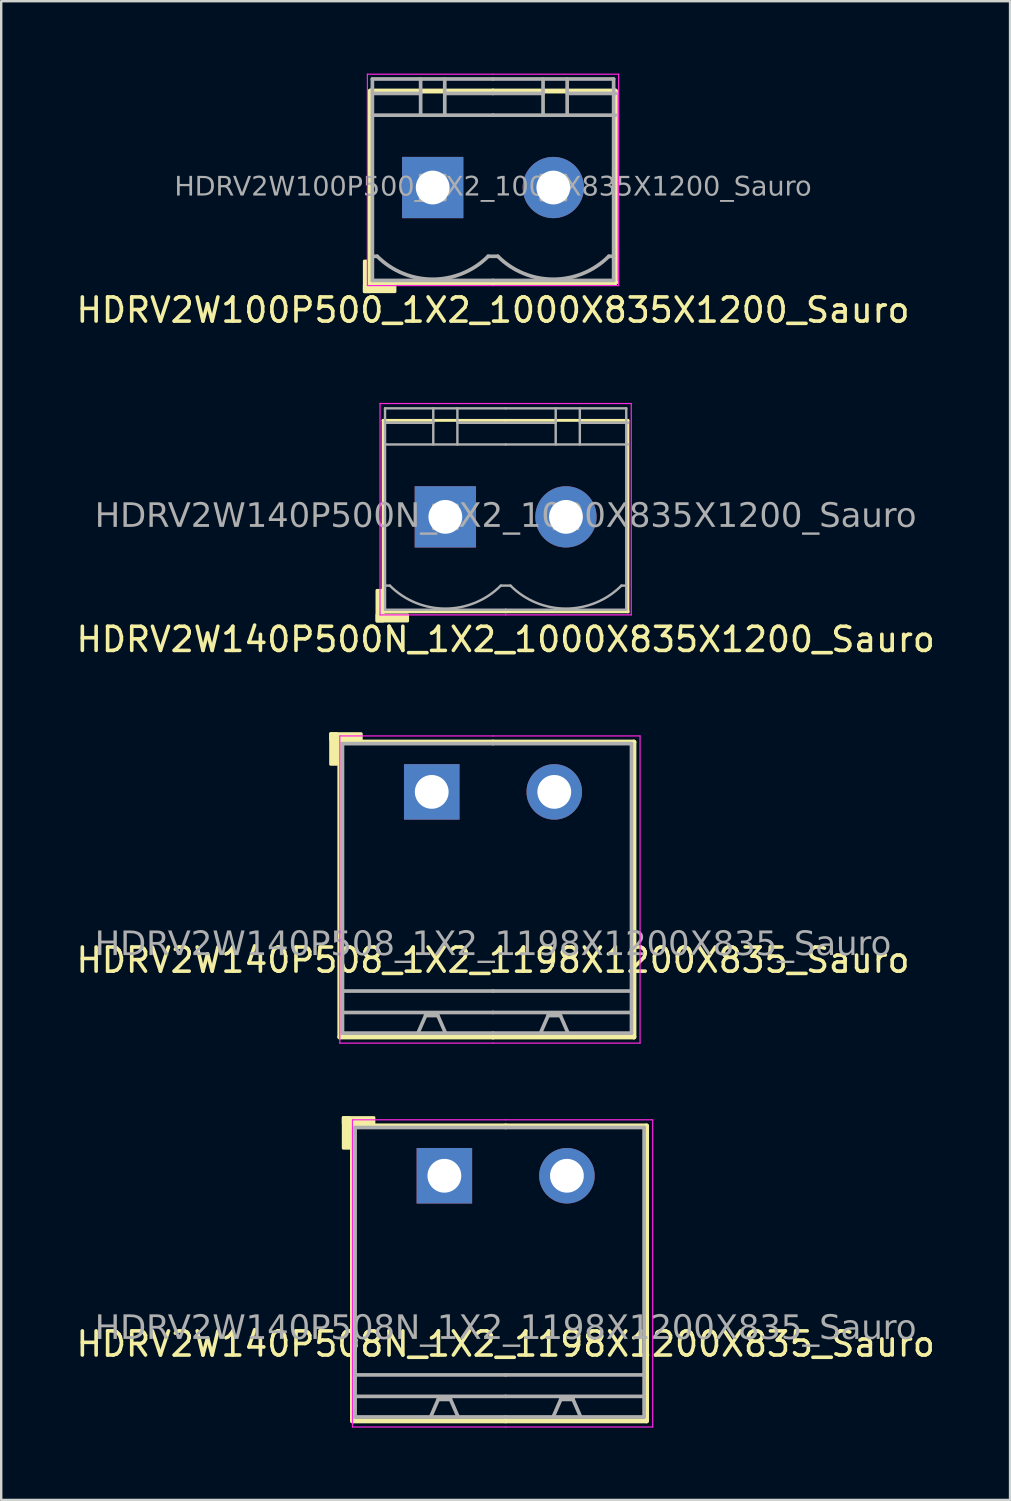
<source format=kicad_pcb>
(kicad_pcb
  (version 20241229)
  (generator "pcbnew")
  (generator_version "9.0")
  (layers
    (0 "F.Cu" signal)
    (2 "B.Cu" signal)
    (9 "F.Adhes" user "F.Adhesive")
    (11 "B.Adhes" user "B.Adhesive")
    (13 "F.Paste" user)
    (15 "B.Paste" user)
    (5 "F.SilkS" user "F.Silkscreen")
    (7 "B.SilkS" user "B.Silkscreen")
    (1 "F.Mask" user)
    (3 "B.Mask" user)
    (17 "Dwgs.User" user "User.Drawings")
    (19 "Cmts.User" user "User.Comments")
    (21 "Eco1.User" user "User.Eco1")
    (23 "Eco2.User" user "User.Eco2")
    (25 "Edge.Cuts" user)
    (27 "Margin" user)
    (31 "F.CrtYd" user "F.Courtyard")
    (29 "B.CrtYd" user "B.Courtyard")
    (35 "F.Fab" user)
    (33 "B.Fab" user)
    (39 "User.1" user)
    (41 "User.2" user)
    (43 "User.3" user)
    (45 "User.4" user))
  (footprint "HDRV2W140P500N_1X2_1000X835X1200_Sauro"
    (layer "F.Cu")
    (at 17.911 18.376)
    (property "Reference" "HDRV2W140P500N_1X2_1000X835X1200_Sauro" (at 0 5.08 0) (layer "F.SilkS") (effects (font (size 1 1) (thickness 0.15))))
    (attr through_hole)
    (fp_line (start -5.08 -4) (end -5.08 3.937) (stroke (width 0.12) (type solid)) (layer "F.SilkS"))
    (fp_line (start -5.08 3.937) (end 0 3.937) (stroke (width 0.12) (type solid)) (layer "F.SilkS"))
    (fp_line (start -0.005 -4) (end -5.08 -4) (stroke (width 0.12) (type solid)) (layer "F.SilkS"))
    (fp_line (start 0 3.937) (end 5.08 3.937) (stroke (width 0.12) (type solid)) (layer "F.SilkS"))
    (fp_line (start 5.07 -4) (end -0.005 -4) (stroke (width 0.12) (type solid)) (layer "F.SilkS"))
    (fp_line (start 5.07 -4) (end 5.07 3.937) (stroke (width 0.12) (type solid)) (layer "F.SilkS"))
    (fp_rect (start -5.08 3.048) (end -5.334 4.318) (stroke (width 0.12) (type solid)) (fill yes) (layer "F.SilkS"))
    (fp_rect (start -4.064 4.318) (end -5.334 4.064) (stroke (width 0.12) (type solid)) (fill yes) (layer "F.SilkS"))
    (fp_line (start -5.207 4.064) (end -5.207 -4.699) (stroke (width 0.05) (type solid)) (layer "F.CrtYd"))
    (fp_line (start -0.005 4.064) (end -5.207 4.064) (stroke (width 0.05) (type solid)) (layer "F.CrtYd"))
    (fp_line (start 0 -4.699) (end -5.207 -4.699) (stroke (width 0.05) (type solid)) (layer "F.CrtYd"))
    (fp_line (start 5.207 -4.699) (end 0 -4.699) (stroke (width 0.05) (type solid)) (layer "F.CrtYd"))
    (fp_line (start 5.207 -4.699) (end 5.207 4.064) (stroke (width 0.05) (type solid)) (layer "F.CrtYd"))
    (fp_line (start 5.207 4.064) (end -0.005 4.064) (stroke (width 0.05) (type solid)) (layer "F.CrtYd"))
    (fp_line (start -5 -4.5) (end -5 3.85) (stroke (width 0.1) (type solid)) (layer "F.Fab"))
    (fp_line (start -4.8 2.85) (end -5 2.85) (stroke (width 0.1) (type solid)) (layer "F.Fab"))
    (fp_line (start -3 -4.5) (end -3 -3) (stroke (width 0.1) (type default)) (layer "F.Fab"))
    (fp_line (start -3 -3.9) (end -5 -3.9) (stroke (width 0.1) (type solid)) (layer "F.Fab"))
    (fp_line (start -2 -4.5) (end -2 -3) (stroke (width 0.1) (type default)) (layer "F.Fab"))
    (fp_line (start -2 -3.9) (end 0 -3.9) (stroke (width 0.1) (type solid)) (layer "F.Fab"))
    (fp_line (start -0.2 2.85) (end 0.2 2.85) (stroke (width 0.1) (type solid)) (layer "F.Fab"))
    (fp_line (start 0 -4.5) (end -5 -4.5) (stroke (width 0.1) (type solid)) (layer "F.Fab"))
    (fp_line (start 0 -3) (end -5 -3) (stroke (width 0.1) (type solid)) (layer "F.Fab"))
    (fp_line (start 0 3.85) (end -5 3.85) (stroke (width 0.1) (type solid)) (layer "F.Fab"))
    (fp_line (start 0 3.85) (end 5 3.85) (stroke (width 0.1) (type solid)) (layer "F.Fab"))
    (fp_line (start 2.075 -4.5) (end 2.075 -3) (stroke (width 0.1) (type default)) (layer "F.Fab"))
    (fp_line (start 2.075 -3.9) (end 0 -3.9) (stroke (width 0.1) (type solid)) (layer "F.Fab"))
    (fp_line (start 3.075 -4.5) (end 3.075 -3) (stroke (width 0.1) (type default)) (layer "F.Fab"))
    (fp_line (start 3.075 -3.9) (end 5.075 -3.9) (stroke (width 0.1) (type solid)) (layer "F.Fab"))
    (fp_line (start 5 -4.5) (end 0 -4.5) (stroke (width 0.1) (type solid)) (layer "F.Fab"))
    (fp_line (start 5 -4.5) (end 5 3.85) (stroke (width 0.1) (type solid)) (layer "F.Fab"))
    (fp_line (start 5 2.85) (end 4.8 2.85) (stroke (width 0.1) (type solid)) (layer "F.Fab"))
    (fp_line (start 5.075 -3) (end 0 -3) (stroke (width 0.1) (type solid)) (layer "F.Fab"))
    (fp_rect (start -3 -0.5) (end -2 0.5) (stroke (width 0.1) (type solid)) (fill no) (layer "F.Fab"))
    (fp_rect (start 2 -0.5) (end 3 0.5) (stroke (width 0.1) (type solid)) (fill no) (layer "F.Fab"))
    (fp_arc (start -0.2 2.85) (mid -2.5 3.802691) (end -4.8 2.85) (stroke (width 0.1) (type default)) (layer "F.Fab"))
    (fp_arc (start 4.8 2.85) (mid 2.5 3.802691) (end 0.2 2.85) (stroke (width 0.1) (type default)) (layer "F.Fab"))
    (fp_text user "${REFERENCE}" (at 0 0 0) (layer "F.Fab") (effects (font (face "Tahoma") (size 1 1) (thickness 0.15))))
    (pad "1" thru_hole rect (at -2.5 0) (size 2.54 2.54) (drill 1.4) (layers "*.Cu" "*.Mask"))
    (pad "2" thru_hole circle (at 2.5 0) (size 2.54 2.54) (drill 1.4) (layers "*.Cu" "*.Mask")))
  (footprint "HDRV2W100P500_1X2_1000X835X1200_Sauro"
    (layer "F.Cu")
    (at 17.387 4.724)
    (property "Reference" "HDRV2W100P500_1X2_1000X835X1200_Sauro" (at 0 5.08 0) (layer "F.SilkS") (effects (font (size 1 1) (thickness 0.15))))
    (attr through_hole)
    (fp_line (start -5.08 -4) (end -5.08 3.937) (stroke (width 0.203) (type solid)) (layer "F.SilkS"))
    (fp_line (start -5.08 3.937) (end 0 3.937) (stroke (width 0.203) (type solid)) (layer "F.SilkS"))
    (fp_line (start -0.005 -4) (end -5.08 -4) (stroke (width 0.203) (type solid)) (layer "F.SilkS"))
    (fp_line (start 0 3.937) (end 5.08 3.937) (stroke (width 0.203) (type solid)) (layer "F.SilkS"))
    (fp_line (start 5.07 -4) (end -0.005 -4) (stroke (width 0.203) (type solid)) (layer "F.SilkS"))
    (fp_line (start 5.07 -4) (end 5.07 3.937) (stroke (width 0.203) (type solid)) (layer "F.SilkS"))
    (fp_rect (start -5.08 3.048) (end -5.334 4.318) (stroke (width 0.12) (type solid)) (fill yes) (layer "F.SilkS"))
    (fp_rect (start -4.064 4.318) (end -5.334 4.064) (stroke (width 0.12) (type solid)) (fill yes) (layer "F.SilkS"))
    (fp_line (start -5.207 4.064) (end -5.207 -4.699) (stroke (width 0.05) (type solid)) (layer "F.CrtYd"))
    (fp_line (start -0.005 4.064) (end -5.207 4.064) (stroke (width 0.05) (type solid)) (layer "F.CrtYd"))
    (fp_line (start 0 -4.699) (end -5.207 -4.699) (stroke (width 0.05) (type solid)) (layer "F.CrtYd"))
    (fp_line (start 5.207 -4.699) (end 0 -4.699) (stroke (width 0.05) (type solid)) (layer "F.CrtYd"))
    (fp_line (start 5.207 -4.699) (end 5.207 4.064) (stroke (width 0.05) (type solid)) (layer "F.CrtYd"))
    (fp_line (start 5.207 4.064) (end -0.005 4.064) (stroke (width 0.05) (type solid)) (layer "F.CrtYd"))
    (fp_line (start -5 -4.5) (end -5 3.85) (stroke (width 0.152) (type solid)) (layer "F.Fab"))
    (fp_line (start -4.8 2.85) (end -5 2.85) (stroke (width 0.152) (type solid)) (layer "F.Fab"))
    (fp_line (start -3 -4.5) (end -3 -3) (stroke (width 0.152) (type default)) (layer "F.Fab"))
    (fp_line (start -3 -3.9) (end -5 -3.9) (stroke (width 0.152) (type solid)) (layer "F.Fab"))
    (fp_line (start -2 -4.5) (end -2 -3) (stroke (width 0.152) (type default)) (layer "F.Fab"))
    (fp_line (start -2 -3.9) (end 0 -3.9) (stroke (width 0.152) (type solid)) (layer "F.Fab"))
    (fp_line (start -0.2 2.85) (end 0.2 2.85) (stroke (width 0.152) (type solid)) (layer "F.Fab"))
    (fp_line (start 0 -4.5) (end -5 -4.5) (stroke (width 0.152) (type solid)) (layer "F.Fab"))
    (fp_line (start 0 -3) (end -5 -3) (stroke (width 0.152) (type solid)) (layer "F.Fab"))
    (fp_line (start 0 3.85) (end -5 3.85) (stroke (width 0.152) (type solid)) (layer "F.Fab"))
    (fp_line (start 0 3.85) (end 5 3.85) (stroke (width 0.152) (type solid)) (layer "F.Fab"))
    (fp_line (start 2.075 -4.5) (end 2.075 -3) (stroke (width 0.152) (type default)) (layer "F.Fab"))
    (fp_line (start 2.075 -3.9) (end 0 -3.9) (stroke (width 0.152) (type solid)) (layer "F.Fab"))
    (fp_line (start 3.075 -4.5) (end 3.075 -3) (stroke (width 0.152) (type default)) (layer "F.Fab"))
    (fp_line (start 3.075 -3.9) (end 5.075 -3.9) (stroke (width 0.152) (type solid)) (layer "F.Fab"))
    (fp_line (start 5 -4.5) (end 0 -4.5) (stroke (width 0.152) (type solid)) (layer "F.Fab"))
    (fp_line (start 5 -4.5) (end 5 3.85) (stroke (width 0.152) (type solid)) (layer "F.Fab"))
    (fp_line (start 5 2.85) (end 4.8 2.85) (stroke (width 0.152) (type solid)) (layer "F.Fab"))
    (fp_line (start 5.075 -3) (end 0 -3) (stroke (width 0.152) (type solid)) (layer "F.Fab"))
    (fp_rect (start -3 -0.5) (end -2 0.5) (stroke (width 0.152) (type solid)) (fill no) (layer "F.Fab"))
    (fp_rect (start 2 -0.5) (end 3 0.5) (stroke (width 0.152) (type solid)) (fill no) (layer "F.Fab"))
    (fp_arc (start -0.2 2.85) (mid -2.5 3.802691) (end -4.8 2.85) (stroke (width 0.1524) (type default)) (layer "F.Fab"))
    (fp_arc (start 4.8 2.85) (mid 2.5 3.802691) (end 0.2 2.85) (stroke (width 0.1524) (type default)) (layer "F.Fab"))
    (fp_text user "${REFERENCE}" (at 0 0 0) (layer "F.Fab") (effects (font (face "Tahoma") (size 0.8 0.8) (thickness 0.15))))
    (pad "1" thru_hole rect (at -2.5 0) (size 2.54 2.54) (drill 1.4) (layers "*.Cu" "*.Mask"))
    (pad "2" thru_hole circle (at 2.5 0) (size 2.54 2.54) (drill 1.4) (layers "*.Cu" "*.Mask")))
  (footprint "HDRV2W140P508_1X2_1198X1200X835_Sauro"
    (layer "F.Cu")
    (at 17.387 29.777)
    (property "Reference" "HDRV2W140P508_1X2_1198X1200X835_Sauro" (at 0 6.975 0) (layer "F.SilkS") (effects (font (size 1 1) (thickness 0.15))))
    (attr through_hole)
    (fp_line (start -6.35 -2.065) (end -6.35 10.16) (stroke (width 0.203) (type solid)) (layer "F.SilkS"))
    (fp_line (start -6.35 10.16) (end 0 10.16) (stroke (width 0.203) (type solid)) (layer "F.SilkS"))
    (fp_line (start 0 -2.065) (end -6.35 -2.065) (stroke (width 0.203) (type solid)) (layer "F.SilkS"))
    (fp_line (start 0 -2.065) (end 5.842 -2.065) (stroke (width 0.203) (type solid)) (layer "F.SilkS"))
    (fp_line (start 5.842 -2.065) (end 5.842 10.16) (stroke (width 0.203) (type solid)) (layer "F.SilkS"))
    (fp_line (start 5.842 10.16) (end 0 10.16) (stroke (width 0.203) (type solid)) (layer "F.SilkS"))
    (fp_rect (start -6.731 -2.413) (end -6.477 -1.143) (stroke (width 0.12) (type solid)) (fill yes) (layer "F.SilkS"))
    (fp_rect (start -6.731 -2.413) (end -5.461 -2.159) (stroke (width 0.12) (type solid)) (fill yes) (layer "F.SilkS"))
    (fp_line (start -6.35 10.414) (end -6.35 -2.319) (stroke (width 0.05) (type solid)) (layer "F.CrtYd"))
    (fp_line (start 0 -2.319) (end -6.35 -2.319) (stroke (width 0.05) (type solid)) (layer "F.CrtYd"))
    (fp_line (start 0 -2.319) (end 6.096 -2.319) (stroke (width 0.05) (type solid)) (layer "F.CrtYd"))
    (fp_line (start 0 10.414) (end -6.35 10.414) (stroke (width 0.05) (type solid)) (layer "F.CrtYd"))
    (fp_line (start 0 10.414) (end 6.096 10.414) (stroke (width 0.05) (type solid)) (layer "F.CrtYd"))
    (fp_line (start 6.096 10.414) (end 6.096 -2.319) (stroke (width 0.05) (type solid)) (layer "F.CrtYd"))
    (fp_line (start -6.24 -2) (end -6.24 10) (stroke (width 0.152) (type solid)) (layer "F.Fab"))
    (fp_line (start -2.794 9.271) (end -3.111 10) (stroke (width 0.152) (type default)) (layer "F.Fab"))
    (fp_line (start -2.286 9.271) (end -2.794 9.271) (stroke (width 0.152) (type default)) (layer "F.Fab"))
    (fp_line (start -2.286 9.271) (end -1.968 10) (stroke (width 0.152) (type default)) (layer "F.Fab"))
    (fp_line (start 0 -2) (end -6.24 -2) (stroke (width 0.152) (type solid)) (layer "F.Fab"))
    (fp_line (start 0 -2) (end 5.74 -2) (stroke (width 0.152) (type solid)) (layer "F.Fab"))
    (fp_line (start 0 8.255) (end -6.24 8.255) (stroke (width 0.152) (type solid)) (layer "F.Fab"))
    (fp_line (start 0 8.255) (end 5.74 8.255) (stroke (width 0.152) (type solid)) (layer "F.Fab"))
    (fp_line (start 0 9.144) (end -6.24 9.144) (stroke (width 0.152) (type solid)) (layer "F.Fab"))
    (fp_line (start 0 9.144) (end 5.74 9.144) (stroke (width 0.152) (type solid)) (layer "F.Fab"))
    (fp_line (start 0 10) (end -6.24 10) (stroke (width 0.152) (type solid)) (layer "F.Fab"))
    (fp_line (start 0 10) (end 5.74 10) (stroke (width 0.152) (type solid)) (layer "F.Fab"))
    (fp_line (start 2.286 9.271) (end 1.968 10) (stroke (width 0.152) (type default)) (layer "F.Fab"))
    (fp_line (start 2.794 9.271) (end 2.286 9.271) (stroke (width 0.152) (type default)) (layer "F.Fab"))
    (fp_line (start 2.794 9.271) (end 3.111 10) (stroke (width 0.152) (type default)) (layer "F.Fab"))
    (fp_line (start 5.74 -2) (end 5.74 10) (stroke (width 0.152) (type solid)) (layer "F.Fab"))
    (fp_rect (start -2.794 -0.254) (end -2.286 0.254) (stroke (width 0.152) (type solid)) (fill no) (layer "F.Fab"))
    (fp_rect (start 2.794 -0.254) (end 2.286 0.254) (stroke (width 0.152) (type solid)) (fill no) (layer "F.Fab"))
    (fp_text user "${REFERENCE}" (at 0 6.35 0) (layer "F.Fab") (effects (font (face "Tahoma") (size 1 1) (thickness 0.15))))
    (pad "1" thru_hole rect (at -2.54 0) (size 2.3 2.3) (drill 1.4) (layers "*.Cu" "*.Mask"))
    (pad "2" thru_hole circle (at 2.54 0) (size 2.3 2.3) (drill 1.4) (layers "*.Cu" "*.Mask")))
  (footprint "HDRV2W140P508N_1X2_1198X1200X835_Sauro"
    (layer "F.Cu")
    (at 17.911 45.69)
    (property "Reference" "HDRV2W140P508N_1X2_1198X1200X835_Sauro" (at 0 6.975 0) (layer "F.SilkS") (effects (font (size 1 1) (thickness 0.15))))
    (attr through_hole)
    (fp_line (start -6.35 -2.065) (end -6.35 10.16) (stroke (width 0.203) (type solid)) (layer "F.SilkS"))
    (fp_line (start -6.35 10.16) (end 0 10.16) (stroke (width 0.203) (type solid)) (layer "F.SilkS"))
    (fp_line (start 0 -2.065) (end -6.35 -2.065) (stroke (width 0.203) (type solid)) (layer "F.SilkS"))
    (fp_line (start 0 -2.065) (end 5.842 -2.065) (stroke (width 0.203) (type solid)) (layer "F.SilkS"))
    (fp_line (start 5.842 -2.065) (end 5.842 10.16) (stroke (width 0.203) (type solid)) (layer "F.SilkS"))
    (fp_line (start 5.842 10.16) (end 0 10.16) (stroke (width 0.203) (type solid)) (layer "F.SilkS"))
    (fp_rect (start -6.731 -2.413) (end -6.477 -1.143) (stroke (width 0.12) (type solid)) (fill yes) (layer "F.SilkS"))
    (fp_rect (start -6.731 -2.413) (end -5.461 -2.159) (stroke (width 0.12) (type solid)) (fill yes) (layer "F.SilkS"))
    (fp_line (start -6.35 10.414) (end -6.35 -2.319) (stroke (width 0.05) (type solid)) (layer "F.CrtYd"))
    (fp_line (start 0 -2.319) (end -6.35 -2.319) (stroke (width 0.05) (type solid)) (layer "F.CrtYd"))
    (fp_line (start 0 -2.319) (end 6.096 -2.319) (stroke (width 0.05) (type solid)) (layer "F.CrtYd"))
    (fp_line (start 0 10.414) (end -6.35 10.414) (stroke (width 0.05) (type solid)) (layer "F.CrtYd"))
    (fp_line (start 0 10.414) (end 6.096 10.414) (stroke (width 0.05) (type solid)) (layer "F.CrtYd"))
    (fp_line (start 6.096 10.414) (end 6.096 -2.319) (stroke (width 0.05) (type solid)) (layer "F.CrtYd"))
    (fp_line (start -6.24 -2) (end -6.24 10) (stroke (width 0.152) (type solid)) (layer "F.Fab"))
    (fp_line (start -2.794 9.271) (end -3.111 10) (stroke (width 0.152) (type default)) (layer "F.Fab"))
    (fp_line (start -2.286 9.271) (end -2.794 9.271) (stroke (width 0.152) (type default)) (layer "F.Fab"))
    (fp_line (start -2.286 9.271) (end -1.968 10) (stroke (width 0.152) (type default)) (layer "F.Fab"))
    (fp_line (start 0 -2) (end -6.24 -2) (stroke (width 0.152) (type solid)) (layer "F.Fab"))
    (fp_line (start 0 -2) (end 5.74 -2) (stroke (width 0.152) (type solid)) (layer "F.Fab"))
    (fp_line (start 0 8.255) (end -6.24 8.255) (stroke (width 0.152) (type solid)) (layer "F.Fab"))
    (fp_line (start 0 8.255) (end 5.74 8.255) (stroke (width 0.152) (type solid)) (layer "F.Fab"))
    (fp_line (start 0 9.144) (end -6.24 9.144) (stroke (width 0.152) (type solid)) (layer "F.Fab"))
    (fp_line (start 0 9.144) (end 5.74 9.144) (stroke (width 0.152) (type solid)) (layer "F.Fab"))
    (fp_line (start 0 10) (end -6.24 10) (stroke (width 0.152) (type solid)) (layer "F.Fab"))
    (fp_line (start 0 10) (end 5.74 10) (stroke (width 0.152) (type solid)) (layer "F.Fab"))
    (fp_line (start 2.286 9.271) (end 1.968 10) (stroke (width 0.152) (type default)) (layer "F.Fab"))
    (fp_line (start 2.794 9.271) (end 2.286 9.271) (stroke (width 0.152) (type default)) (layer "F.Fab"))
    (fp_line (start 2.794 9.271) (end 3.111 10) (stroke (width 0.152) (type default)) (layer "F.Fab"))
    (fp_line (start 5.74 -2) (end 5.74 10) (stroke (width 0.152) (type solid)) (layer "F.Fab"))
    (fp_rect (start -2.794 -0.254) (end -2.286 0.254) (stroke (width 0.152) (type solid)) (fill no) (layer "F.Fab"))
    (fp_rect (start 2.794 -0.254) (end 2.286 0.254) (stroke (width 0.152) (type solid)) (fill no) (layer "F.Fab"))
    (fp_text user "${REFERENCE}" (at 0 6.35 0) (layer "F.Fab") (effects (font (face "Tahoma") (size 1 1) (thickness 0.15))))
    (pad "1" thru_hole rect (at -2.54 0) (size 2.3 2.3) (drill 1.4) (layers "*.Cu" "*.Mask"))
    (pad "2" thru_hole circle (at 2.54 0) (size 2.3 2.3) (drill 1.4) (layers "*.Cu" "*.Mask")))
  (gr_rect
    (start -3 -3)
    (end 38.821 59.129)
    (stroke (width 0.1) (type default))
    (fill no)
    (layer "Edge.Cuts")))
</source>
